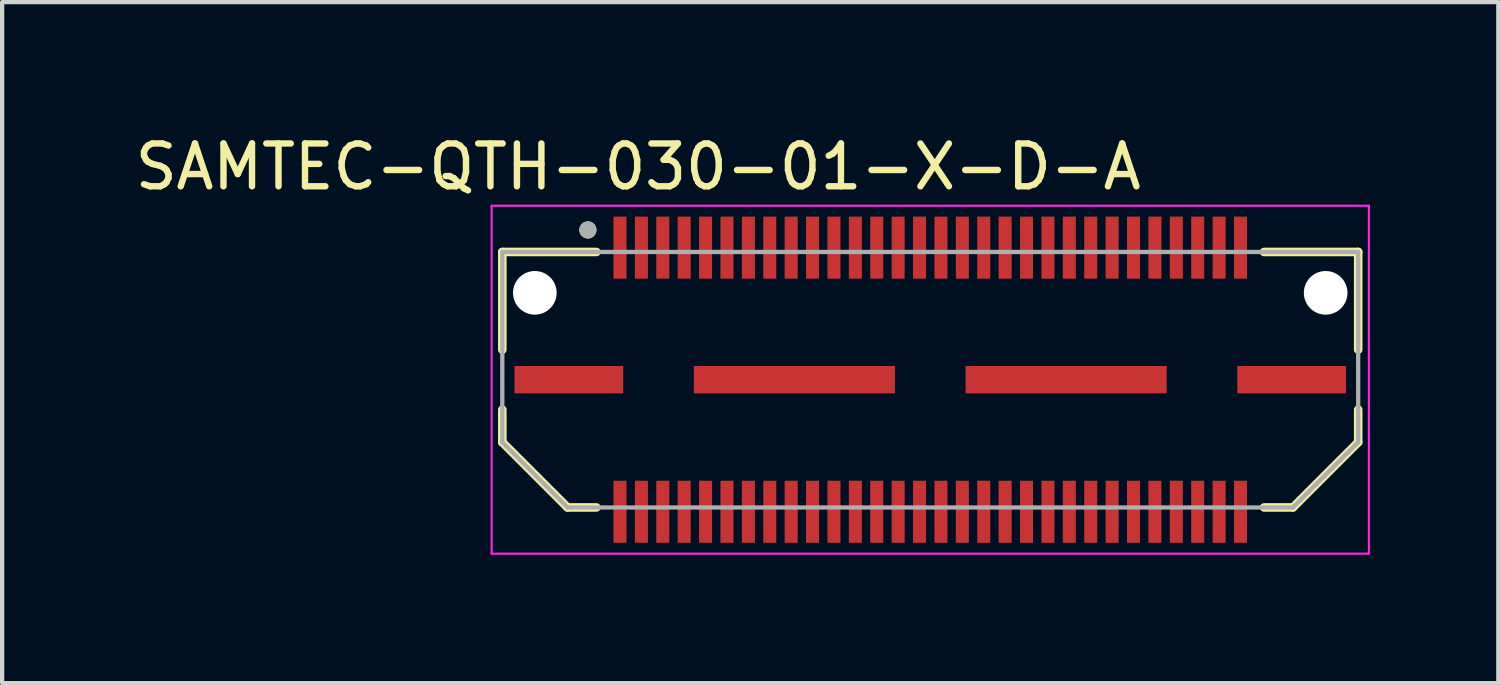
<source format=kicad_pcb>
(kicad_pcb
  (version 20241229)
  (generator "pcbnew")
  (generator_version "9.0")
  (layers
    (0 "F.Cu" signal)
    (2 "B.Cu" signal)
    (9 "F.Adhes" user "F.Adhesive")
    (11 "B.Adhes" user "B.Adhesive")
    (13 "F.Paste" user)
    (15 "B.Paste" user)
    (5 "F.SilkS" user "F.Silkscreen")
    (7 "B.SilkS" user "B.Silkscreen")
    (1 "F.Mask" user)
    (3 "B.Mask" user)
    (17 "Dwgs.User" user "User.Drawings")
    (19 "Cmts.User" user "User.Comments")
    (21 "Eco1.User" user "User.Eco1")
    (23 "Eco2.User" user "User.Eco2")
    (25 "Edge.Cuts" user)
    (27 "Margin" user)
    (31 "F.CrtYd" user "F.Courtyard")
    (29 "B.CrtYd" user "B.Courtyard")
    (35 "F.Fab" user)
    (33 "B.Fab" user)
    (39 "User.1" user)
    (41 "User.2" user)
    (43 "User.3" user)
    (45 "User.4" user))
  (footprint "SAMTEC-QTH-030-01-X-D-A"
    (layer "F.Cu")
    (at 18.688 5.823)
    (property "Reference" "SAMTEC-QTH-030-01-X-D-A" (at -6.825 -4.975 0) (layer "F.SilkS") (effects (font (size 1 1) (thickness 0.15))))
    (attr smd)
    (fp_line (start -10 -2.985) (end -7.8 -2.985) (stroke (width 0.2) (type solid)) (layer "F.SilkS"))
    (fp_line (start -10 -0.7) (end -10 -2.985) (stroke (width 0.2) (type solid)) (layer "F.SilkS"))
    (fp_line (start -10 1.461) (end -10 0.7) (stroke (width 0.2) (type solid)) (layer "F.SilkS"))
    (fp_line (start -8.476 2.985) (end -10 1.461) (stroke (width 0.2) (type solid)) (layer "F.SilkS"))
    (fp_line (start -8.476 2.985) (end -7.8 2.985) (stroke (width 0.2) (type solid)) (layer "F.SilkS"))
    (fp_line (start 8.476 2.985) (end 7.8 2.985) (stroke (width 0.2) (type solid)) (layer "F.SilkS"))
    (fp_line (start 10 -2.985) (end 7.8 -2.985) (stroke (width 0.2) (type solid)) (layer "F.SilkS"))
    (fp_line (start 10 -0.7) (end 10 -2.985) (stroke (width 0.2) (type solid)) (layer "F.SilkS"))
    (fp_line (start 10 1.461) (end 8.476 2.985) (stroke (width 0.2) (type solid)) (layer "F.SilkS"))
    (fp_line (start 10 1.461) (end 10 0.7) (stroke (width 0.2) (type solid)) (layer "F.SilkS"))
    (fp_circle (center -8 -3.5) (end -7.9 -3.5) (stroke (width 0.2) (type solid)) (fill no) (layer "F.SilkS"))
    (fp_line (start -10.25 -4.065) (end 10.25 -4.065) (stroke (width 0.05) (type solid)) (layer "F.CrtYd"))
    (fp_line (start -10.25 4.065) (end -10.25 -4.065) (stroke (width 0.05) (type solid)) (layer "F.CrtYd"))
    (fp_line (start 10.25 -4.065) (end 10.25 4.065) (stroke (width 0.05) (type solid)) (layer "F.CrtYd"))
    (fp_line (start 10.25 4.065) (end -10.25 4.065) (stroke (width 0.05) (type solid)) (layer "F.CrtYd"))
    (fp_line (start -10 -2.985) (end 10 -2.985) (stroke (width 0.1) (type solid)) (layer "F.Fab"))
    (fp_line (start -10 1.461) (end -10 -2.985) (stroke (width 0.1) (type solid)) (layer "F.Fab"))
    (fp_line (start -8.476 2.985) (end -10 1.461) (stroke (width 0.1) (type solid)) (layer "F.Fab"))
    (fp_line (start 8.476 2.985) (end -8.476 2.985) (stroke (width 0.1) (type solid)) (layer "F.Fab"))
    (fp_line (start 10 -2.985) (end 10 1.461) (stroke (width 0.1) (type solid)) (layer "F.Fab"))
    (fp_line (start 10 1.461) (end 8.476 2.985) (stroke (width 0.1) (type solid)) (layer "F.Fab"))
    (fp_circle (center -8 -3.5) (end -7.9 -3.5) (stroke (width 0.2) (type solid)) (fill no) (layer "F.Fab"))
    (pad "" np_thru_hole circle (at -9.24 -2.03) (size 1.02 1.02) (drill 1.02) (layers "*.Cu" "*.Mask"))
    (pad "" np_thru_hole circle (at 9.24 -2.03) (size 1.02 1.02) (drill 1.02) (layers "*.Cu" "*.Mask"))
    (pad "01" smd rect (at -7.25 -3.086) (size 0.305 1.45) (layers "F.Cu" "F.Mask" "F.Paste"))
    (pad "02" smd rect (at -7.25 3.086) (size 0.305 1.45) (layers "F.Cu" "F.Mask" "F.Paste"))
    (pad "03" smd rect (at -6.75 -3.086) (size 0.305 1.45) (layers "F.Cu" "F.Mask" "F.Paste"))
    (pad "04" smd rect (at -6.75 3.086) (size 0.305 1.45) (layers "F.Cu" "F.Mask" "F.Paste"))
    (pad "05" smd rect (at -6.25 -3.086) (size 0.305 1.45) (layers "F.Cu" "F.Mask" "F.Paste"))
    (pad "06" smd rect (at -6.25 3.086) (size 0.305 1.45) (layers "F.Cu" "F.Mask" "F.Paste"))
    (pad "07" smd rect (at -5.75 -3.086) (size 0.305 1.45) (layers "F.Cu" "F.Mask" "F.Paste"))
    (pad "08" smd rect (at -5.75 3.086) (size 0.305 1.45) (layers "F.Cu" "F.Mask" "F.Paste"))
    (pad "09" smd rect (at -5.25 -3.086) (size 0.305 1.45) (layers "F.Cu" "F.Mask" "F.Paste"))
    (pad "10" smd rect (at -5.25 3.086) (size 0.305 1.45) (layers "F.Cu" "F.Mask" "F.Paste"))
    (pad "11" smd rect (at -4.75 -3.086) (size 0.305 1.45) (layers "F.Cu" "F.Mask" "F.Paste"))
    (pad "12" smd rect (at -4.75 3.086) (size 0.305 1.45) (layers "F.Cu" "F.Mask" "F.Paste"))
    (pad "13" smd rect (at -4.25 -3.086) (size 0.305 1.45) (layers "F.Cu" "F.Mask" "F.Paste"))
    (pad "14" smd rect (at -4.25 3.086) (size 0.305 1.45) (layers "F.Cu" "F.Mask" "F.Paste"))
    (pad "15" smd rect (at -3.75 -3.086) (size 0.305 1.45) (layers "F.Cu" "F.Mask" "F.Paste"))
    (pad "16" smd rect (at -3.75 3.086) (size 0.305 1.45) (layers "F.Cu" "F.Mask" "F.Paste"))
    (pad "17" smd rect (at -3.25 -3.086) (size 0.305 1.45) (layers "F.Cu" "F.Mask" "F.Paste"))
    (pad "18" smd rect (at -3.25 3.086) (size 0.305 1.45) (layers "F.Cu" "F.Mask" "F.Paste"))
    (pad "19" smd rect (at -2.75 -3.086) (size 0.305 1.45) (layers "F.Cu" "F.Mask" "F.Paste"))
    (pad "20" smd rect (at -2.75 3.086) (size 0.305 1.45) (layers "F.Cu" "F.Mask" "F.Paste"))
    (pad "21" smd rect (at -2.25 -3.086) (size 0.305 1.45) (layers "F.Cu" "F.Mask" "F.Paste"))
    (pad "22" smd rect (at -2.25 3.086) (size 0.305 1.45) (layers "F.Cu" "F.Mask" "F.Paste"))
    (pad "23" smd rect (at -1.75 -3.086) (size 0.305 1.45) (layers "F.Cu" "F.Mask" "F.Paste"))
    (pad "24" smd rect (at -1.75 3.086) (size 0.305 1.45) (layers "F.Cu" "F.Mask" "F.Paste"))
    (pad "25" smd rect (at -1.25 -3.086) (size 0.305 1.45) (layers "F.Cu" "F.Mask" "F.Paste"))
    (pad "26" smd rect (at -1.25 3.086) (size 0.305 1.45) (layers "F.Cu" "F.Mask" "F.Paste"))
    (pad "27" smd rect (at -0.75 -3.086) (size 0.305 1.45) (layers "F.Cu" "F.Mask" "F.Paste"))
    (pad "28" smd rect (at -0.75 3.086) (size 0.305 1.45) (layers "F.Cu" "F.Mask" "F.Paste"))
    (pad "29" smd rect (at -0.25 -3.086) (size 0.305 1.45) (layers "F.Cu" "F.Mask" "F.Paste"))
    (pad "30" smd rect (at -0.25 3.086) (size 0.305 1.45) (layers "F.Cu" "F.Mask" "F.Paste"))
    (pad "31" smd rect (at 0.25 -3.086) (size 0.305 1.45) (layers "F.Cu" "F.Mask" "F.Paste"))
    (pad "32" smd rect (at 0.25 3.086) (size 0.305 1.45) (layers "F.Cu" "F.Mask" "F.Paste"))
    (pad "33" smd rect (at 0.75 -3.086) (size 0.305 1.45) (layers "F.Cu" "F.Mask" "F.Paste"))
    (pad "34" smd rect (at 0.75 3.086) (size 0.305 1.45) (layers "F.Cu" "F.Mask" "F.Paste"))
    (pad "35" smd rect (at 1.25 -3.086) (size 0.305 1.45) (layers "F.Cu" "F.Mask" "F.Paste"))
    (pad "36" smd rect (at 1.25 3.086) (size 0.305 1.45) (layers "F.Cu" "F.Mask" "F.Paste"))
    (pad "37" smd rect (at 1.75 -3.086) (size 0.305 1.45) (layers "F.Cu" "F.Mask" "F.Paste"))
    (pad "38" smd rect (at 1.75 3.086) (size 0.305 1.45) (layers "F.Cu" "F.Mask" "F.Paste"))
    (pad "39" smd rect (at 2.25 -3.086) (size 0.305 1.45) (layers "F.Cu" "F.Mask" "F.Paste"))
    (pad "40" smd rect (at 2.25 3.086) (size 0.305 1.45) (layers "F.Cu" "F.Mask" "F.Paste"))
    (pad "41" smd rect (at 2.75 -3.086) (size 0.305 1.45) (layers "F.Cu" "F.Mask" "F.Paste"))
    (pad "42" smd rect (at 2.75 3.086) (size 0.305 1.45) (layers "F.Cu" "F.Mask" "F.Paste"))
    (pad "43" smd rect (at 3.25 -3.086) (size 0.305 1.45) (layers "F.Cu" "F.Mask" "F.Paste"))
    (pad "44" smd rect (at 3.25 3.086) (size 0.305 1.45) (layers "F.Cu" "F.Mask" "F.Paste"))
    (pad "45" smd rect (at 3.75 -3.086) (size 0.305 1.45) (layers "F.Cu" "F.Mask" "F.Paste"))
    (pad "46" smd rect (at 3.75 3.086) (size 0.305 1.45) (layers "F.Cu" "F.Mask" "F.Paste"))
    (pad "47" smd rect (at 4.25 -3.086) (size 0.305 1.45) (layers "F.Cu" "F.Mask" "F.Paste"))
    (pad "48" smd rect (at 4.25 3.086) (size 0.305 1.45) (layers "F.Cu" "F.Mask" "F.Paste"))
    (pad "49" smd rect (at 4.75 -3.086) (size 0.305 1.45) (layers "F.Cu" "F.Mask" "F.Paste"))
    (pad "50" smd rect (at 4.75 3.086) (size 0.305 1.45) (layers "F.Cu" "F.Mask" "F.Paste"))
    (pad "51" smd rect (at 5.25 -3.086) (size 0.305 1.45) (layers "F.Cu" "F.Mask" "F.Paste"))
    (pad "52" smd rect (at 5.25 3.086) (size 0.305 1.45) (layers "F.Cu" "F.Mask" "F.Paste"))
    (pad "53" smd rect (at 5.75 -3.086) (size 0.305 1.45) (layers "F.Cu" "F.Mask" "F.Paste"))
    (pad "54" smd rect (at 5.75 3.086) (size 0.305 1.45) (layers "F.Cu" "F.Mask" "F.Paste"))
    (pad "55" smd rect (at 6.25 -3.086) (size 0.305 1.45) (layers "F.Cu" "F.Mask" "F.Paste"))
    (pad "56" smd rect (at 6.25 3.086) (size 0.305 1.45) (layers "F.Cu" "F.Mask" "F.Paste"))
    (pad "57" smd rect (at 6.75 -3.086) (size 0.305 1.45) (layers "F.Cu" "F.Mask" "F.Paste"))
    (pad "58" smd rect (at 6.75 3.086) (size 0.305 1.45) (layers "F.Cu" "F.Mask" "F.Paste"))
    (pad "59" smd rect (at 7.25 -3.086) (size 0.305 1.45) (layers "F.Cu" "F.Mask" "F.Paste"))
    (pad "60" smd rect (at 7.25 3.086) (size 0.305 1.45) (layers "F.Cu" "F.Mask" "F.Paste"))
    (pad "G1" smd rect (at -8.445 0) (size 2.54 0.64) (layers "F.Cu" "F.Mask" "F.Paste"))
    (pad "G2" smd rect (at -3.175 0) (size 4.7 0.64) (layers "F.Cu" "F.Mask" "F.Paste"))
    (pad "G3" smd rect (at 3.175 0) (size 4.7 0.64) (layers "F.Cu" "F.Mask" "F.Paste"))
    (pad "G4" smd rect (at 8.445 0) (size 2.54 0.64) (layers "F.Cu" "F.Mask" "F.Paste")))
  (gr_rect
    (start -3 -3)
    (end 31.963 12.913)
    (stroke (width 0.1) (type default))
    (fill no)
    (layer "Edge.Cuts")))
</source>
